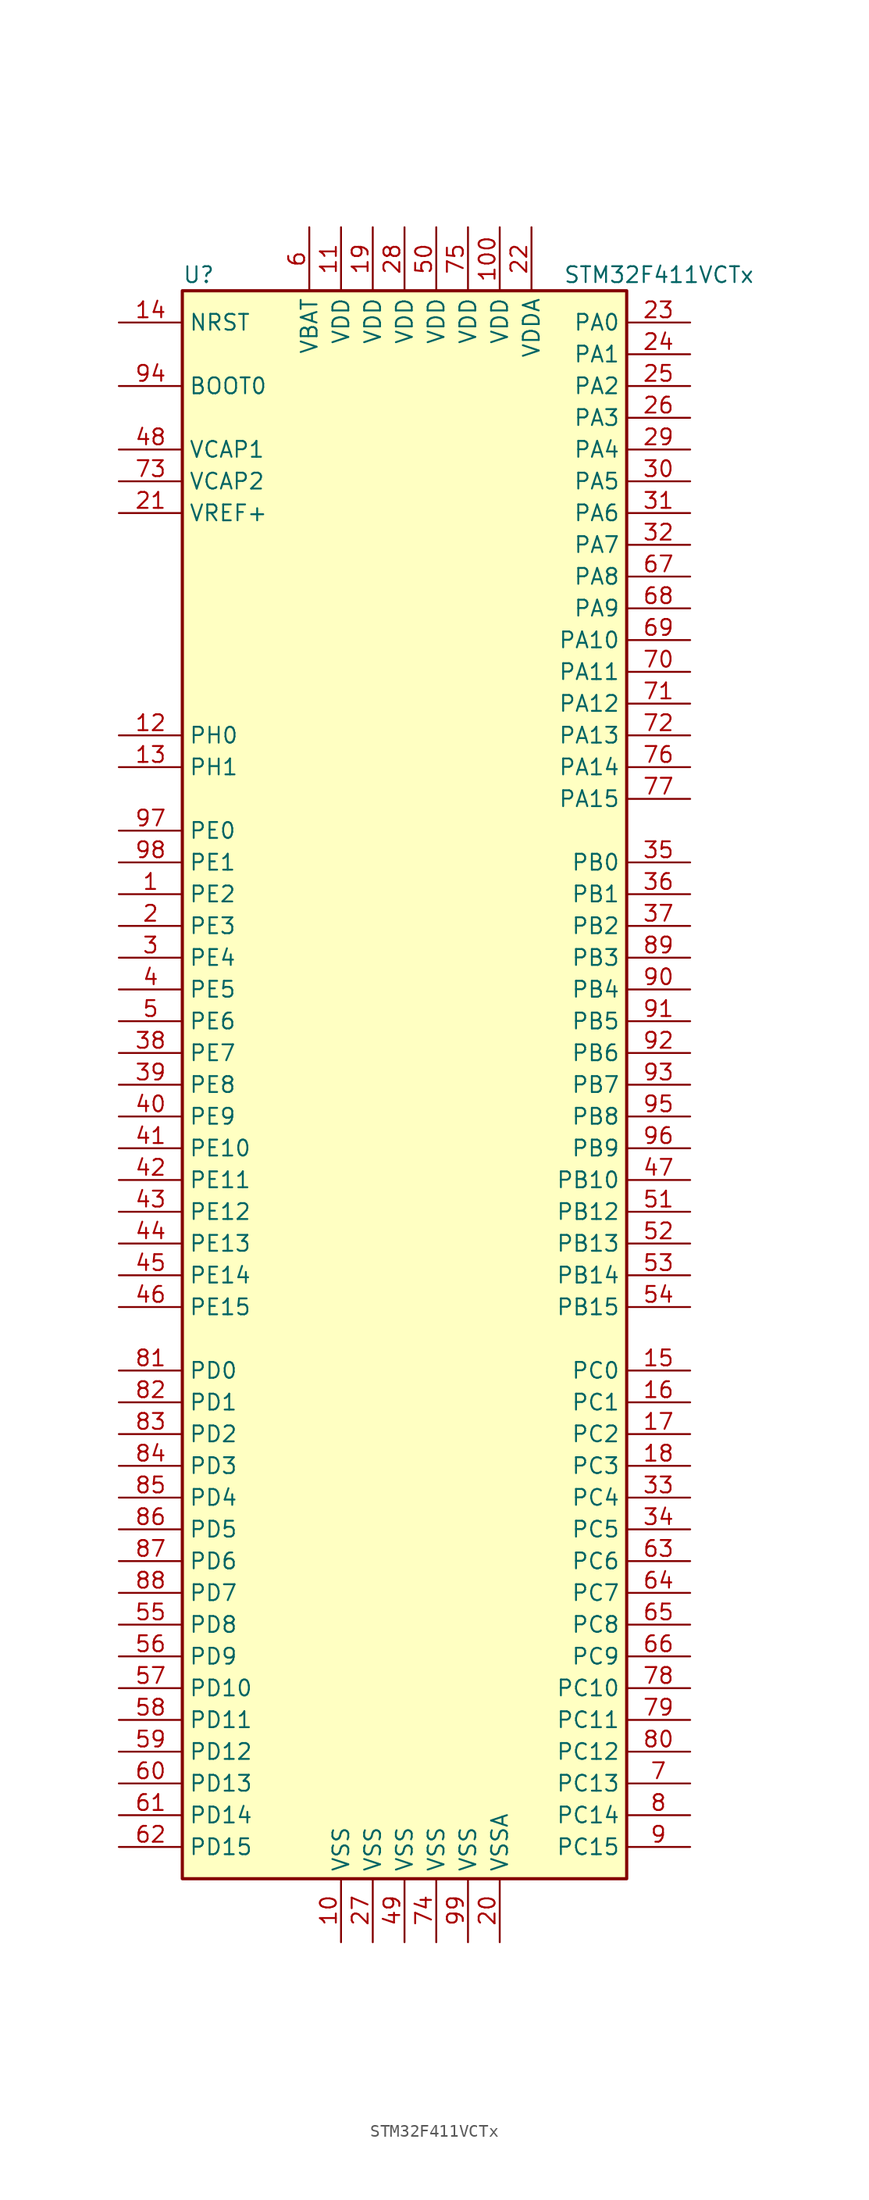
<source format=kicad_sym>
(kicad_symbol_lib
  (version 20211014)
  (generator kicad_symbol_editor)
  (symbol "STM32F411VCTx"
    (property "Reference" "U"
      (at -17.78 64.77 0)
      (effects (font (size 1.27 1.27)) (justify left)))
    (property "Value" "STM32F411VCTx"
      (at 12.7 64.77 0)
      (effects (font (size 1.27 1.27)) (justify left)))
    (symbol "STM32F411VCTx_0_1"
      (rectangle (start -17.78 -63.5) (end 17.78 63.5) (stroke (width 0.254) (type default) (color 0 0 0 0)) (fill (type background))))
    (symbol "STM32F411VCTx_1_1"
      (pin bidirectional line (at -22.86 15.24 0) (length 5.08) (name "PE2" (effects (font (size 1.27 1.27)))) (number "1" (effects (font (size 1.27 1.27)))))
      (pin power_in line (at -5.08 -68.58 90) (length 5.08) (name "VSS" (effects (font (size 1.27 1.27)))) (number "10" (effects (font (size 1.27 1.27)))))
      (pin power_in line (at 7.62 68.58 270) (length 5.08) (name "VDD" (effects (font (size 1.27 1.27)))) (number "100" (effects (font (size 1.27 1.27)))))
      (pin power_in line (at -5.08 68.58 270) (length 5.08) (name "VDD" (effects (font (size 1.27 1.27)))) (number "11" (effects (font (size 1.27 1.27)))))
      (pin input line (at -22.86 27.94 0) (length 5.08) (name "PH0" (effects (font (size 1.27 1.27)))) (number "12" (effects (font (size 1.27 1.27)))))
      (pin input line (at -22.86 25.4 0) (length 5.08) (name "PH1" (effects (font (size 1.27 1.27)))) (number "13" (effects (font (size 1.27 1.27)))))
      (pin input line (at -22.86 60.96 0) (length 5.08) (name "NRST" (effects (font (size 1.27 1.27)))) (number "14" (effects (font (size 1.27 1.27)))))
      (pin bidirectional line (at 22.86 -22.86 180) (length 5.08) (name "PC0" (effects (font (size 1.27 1.27)))) (number "15" (effects (font (size 1.27 1.27)))))
      (pin bidirectional line (at 22.86 -25.4 180) (length 5.08) (name "PC1" (effects (font (size 1.27 1.27)))) (number "16" (effects (font (size 1.27 1.27)))))
      (pin bidirectional line (at 22.86 -27.94 180) (length 5.08) (name "PC2" (effects (font (size 1.27 1.27)))) (number "17" (effects (font (size 1.27 1.27)))))
      (pin bidirectional line (at 22.86 -30.48 180) (length 5.08) (name "PC3" (effects (font (size 1.27 1.27)))) (number "18" (effects (font (size 1.27 1.27)))))
      (pin power_in line (at -2.54 68.58 270) (length 5.08) (name "VDD" (effects (font (size 1.27 1.27)))) (number "19" (effects (font (size 1.27 1.27)))))
      (pin bidirectional line (at -22.86 12.7 0) (length 5.08) (name "PE3" (effects (font (size 1.27 1.27)))) (number "2" (effects (font (size 1.27 1.27)))))
      (pin power_in line (at 7.62 -68.58 90) (length 5.08) (name "VSSA" (effects (font (size 1.27 1.27)))) (number "20" (effects (font (size 1.27 1.27)))))
      (pin power_in line (at -22.86 45.72 0) (length 5.08) (name "VREF+" (effects (font (size 1.27 1.27)))) (number "21" (effects (font (size 1.27 1.27)))))
      (pin power_in line (at 10.16 68.58 270) (length 5.08) (name "VDDA" (effects (font (size 1.27 1.27)))) (number "22" (effects (font (size 1.27 1.27)))))
      (pin bidirectional line (at 22.86 60.96 180) (length 5.08) (name "PA0" (effects (font (size 1.27 1.27)))) (number "23" (effects (font (size 1.27 1.27)))))
      (pin bidirectional line (at 22.86 58.42 180) (length 5.08) (name "PA1" (effects (font (size 1.27 1.27)))) (number "24" (effects (font (size 1.27 1.27)))))
      (pin bidirectional line (at 22.86 55.88 180) (length 5.08) (name "PA2" (effects (font (size 1.27 1.27)))) (number "25" (effects (font (size 1.27 1.27)))))
      (pin bidirectional line (at 22.86 53.34 180) (length 5.08) (name "PA3" (effects (font (size 1.27 1.27)))) (number "26" (effects (font (size 1.27 1.27)))))
      (pin power_in line (at -2.54 -68.58 90) (length 5.08) (name "VSS" (effects (font (size 1.27 1.27)))) (number "27" (effects (font (size 1.27 1.27)))))
      (pin power_in line (at 0 68.58 270) (length 5.08) (name "VDD" (effects (font (size 1.27 1.27)))) (number "28" (effects (font (size 1.27 1.27)))))
      (pin bidirectional line (at 22.86 50.8 180) (length 5.08) (name "PA4" (effects (font (size 1.27 1.27)))) (number "29" (effects (font (size 1.27 1.27)))))
      (pin bidirectional line (at -22.86 10.16 0) (length 5.08) (name "PE4" (effects (font (size 1.27 1.27)))) (number "3" (effects (font (size 1.27 1.27)))))
      (pin bidirectional line (at 22.86 48.26 180) (length 5.08) (name "PA5" (effects (font (size 1.27 1.27)))) (number "30" (effects (font (size 1.27 1.27)))))
      (pin bidirectional line (at 22.86 45.72 180) (length 5.08) (name "PA6" (effects (font (size 1.27 1.27)))) (number "31" (effects (font (size 1.27 1.27)))))
      (pin bidirectional line (at 22.86 43.18 180) (length 5.08) (name "PA7" (effects (font (size 1.27 1.27)))) (number "32" (effects (font (size 1.27 1.27)))))
      (pin bidirectional line (at 22.86 -33.02 180) (length 5.08) (name "PC4" (effects (font (size 1.27 1.27)))) (number "33" (effects (font (size 1.27 1.27)))))
      (pin bidirectional line (at 22.86 -35.56 180) (length 5.08) (name "PC5" (effects (font (size 1.27 1.27)))) (number "34" (effects (font (size 1.27 1.27)))))
      (pin bidirectional line (at 22.86 17.78 180) (length 5.08) (name "PB0" (effects (font (size 1.27 1.27)))) (number "35" (effects (font (size 1.27 1.27)))))
      (pin bidirectional line (at 22.86 15.24 180) (length 5.08) (name "PB1" (effects (font (size 1.27 1.27)))) (number "36" (effects (font (size 1.27 1.27)))))
      (pin bidirectional line (at 22.86 12.7 180) (length 5.08) (name "PB2" (effects (font (size 1.27 1.27)))) (number "37" (effects (font (size 1.27 1.27)))))
      (pin bidirectional line (at -22.86 2.54 0) (length 5.08) (name "PE7" (effects (font (size 1.27 1.27)))) (number "38" (effects (font (size 1.27 1.27)))))
      (pin bidirectional line (at -22.86 0 0) (length 5.08) (name "PE8" (effects (font (size 1.27 1.27)))) (number "39" (effects (font (size 1.27 1.27)))))
      (pin bidirectional line (at -22.86 7.62 0) (length 5.08) (name "PE5" (effects (font (size 1.27 1.27)))) (number "4" (effects (font (size 1.27 1.27)))))
      (pin bidirectional line (at -22.86 -2.54 0) (length 5.08) (name "PE9" (effects (font (size 1.27 1.27)))) (number "40" (effects (font (size 1.27 1.27)))))
      (pin bidirectional line (at -22.86 -5.08 0) (length 5.08) (name "PE10" (effects (font (size 1.27 1.27)))) (number "41" (effects (font (size 1.27 1.27)))))
      (pin bidirectional line (at -22.86 -7.62 0) (length 5.08) (name "PE11" (effects (font (size 1.27 1.27)))) (number "42" (effects (font (size 1.27 1.27)))))
      (pin bidirectional line (at -22.86 -10.16 0) (length 5.08) (name "PE12" (effects (font (size 1.27 1.27)))) (number "43" (effects (font (size 1.27 1.27)))))
      (pin bidirectional line (at -22.86 -12.7 0) (length 5.08) (name "PE13" (effects (font (size 1.27 1.27)))) (number "44" (effects (font (size 1.27 1.27)))))
      (pin bidirectional line (at -22.86 -15.24 0) (length 5.08) (name "PE14" (effects (font (size 1.27 1.27)))) (number "45" (effects (font (size 1.27 1.27)))))
      (pin bidirectional line (at -22.86 -17.78 0) (length 5.08) (name "PE15" (effects (font (size 1.27 1.27)))) (number "46" (effects (font (size 1.27 1.27)))))
      (pin bidirectional line (at 22.86 -7.62 180) (length 5.08) (name "PB10" (effects (font (size 1.27 1.27)))) (number "47" (effects (font (size 1.27 1.27)))))
      (pin power_in line (at -22.86 50.8 0) (length 5.08) (name "VCAP1" (effects (font (size 1.27 1.27)))) (number "48" (effects (font (size 1.27 1.27)))))
      (pin power_in line (at 0 -68.58 90) (length 5.08) (name "VSS" (effects (font (size 1.27 1.27)))) (number "49" (effects (font (size 1.27 1.27)))))
      (pin bidirectional line (at -22.86 5.08 0) (length 5.08) (name "PE6" (effects (font (size 1.27 1.27)))) (number "5" (effects (font (size 1.27 1.27)))))
      (pin power_in line (at 2.54 68.58 270) (length 5.08) (name "VDD" (effects (font (size 1.27 1.27)))) (number "50" (effects (font (size 1.27 1.27)))))
      (pin bidirectional line (at 22.86 -10.16 180) (length 5.08) (name "PB12" (effects (font (size 1.27 1.27)))) (number "51" (effects (font (size 1.27 1.27)))))
      (pin bidirectional line (at 22.86 -12.7 180) (length 5.08) (name "PB13" (effects (font (size 1.27 1.27)))) (number "52" (effects (font (size 1.27 1.27)))))
      (pin bidirectional line (at 22.86 -15.24 180) (length 5.08) (name "PB14" (effects (font (size 1.27 1.27)))) (number "53" (effects (font (size 1.27 1.27)))))
      (pin bidirectional line (at 22.86 -17.78 180) (length 5.08) (name "PB15" (effects (font (size 1.27 1.27)))) (number "54" (effects (font (size 1.27 1.27)))))
      (pin bidirectional line (at -22.86 -43.18 0) (length 5.08) (name "PD8" (effects (font (size 1.27 1.27)))) (number "55" (effects (font (size 1.27 1.27)))))
      (pin bidirectional line (at -22.86 -45.72 0) (length 5.08) (name "PD9" (effects (font (size 1.27 1.27)))) (number "56" (effects (font (size 1.27 1.27)))))
      (pin bidirectional line (at -22.86 -48.26 0) (length 5.08) (name "PD10" (effects (font (size 1.27 1.27)))) (number "57" (effects (font (size 1.27 1.27)))))
      (pin bidirectional line (at -22.86 -50.8 0) (length 5.08) (name "PD11" (effects (font (size 1.27 1.27)))) (number "58" (effects (font (size 1.27 1.27)))))
      (pin bidirectional line (at -22.86 -53.34 0) (length 5.08) (name "PD12" (effects (font (size 1.27 1.27)))) (number "59" (effects (font (size 1.27 1.27)))))
      (pin power_in line (at -7.62 68.58 270) (length 5.08) (name "VBAT" (effects (font (size 1.27 1.27)))) (number "6" (effects (font (size 1.27 1.27)))))
      (pin bidirectional line (at -22.86 -55.88 0) (length 5.08) (name "PD13" (effects (font (size 1.27 1.27)))) (number "60" (effects (font (size 1.27 1.27)))))
      (pin bidirectional line (at -22.86 -58.42 0) (length 5.08) (name "PD14" (effects (font (size 1.27 1.27)))) (number "61" (effects (font (size 1.27 1.27)))))
      (pin bidirectional line (at -22.86 -60.96 0) (length 5.08) (name "PD15" (effects (font (size 1.27 1.27)))) (number "62" (effects (font (size 1.27 1.27)))))
      (pin bidirectional line (at 22.86 -38.1 180) (length 5.08) (name "PC6" (effects (font (size 1.27 1.27)))) (number "63" (effects (font (size 1.27 1.27)))))
      (pin bidirectional line (at 22.86 -40.64 180) (length 5.08) (name "PC7" (effects (font (size 1.27 1.27)))) (number "64" (effects (font (size 1.27 1.27)))))
      (pin bidirectional line (at 22.86 -43.18 180) (length 5.08) (name "PC8" (effects (font (size 1.27 1.27)))) (number "65" (effects (font (size 1.27 1.27)))))
      (pin bidirectional line (at 22.86 -45.72 180) (length 5.08) (name "PC9" (effects (font (size 1.27 1.27)))) (number "66" (effects (font (size 1.27 1.27)))))
      (pin bidirectional line (at 22.86 40.64 180) (length 5.08) (name "PA8" (effects (font (size 1.27 1.27)))) (number "67" (effects (font (size 1.27 1.27)))))
      (pin bidirectional line (at 22.86 38.1 180) (length 5.08) (name "PA9" (effects (font (size 1.27 1.27)))) (number "68" (effects (font (size 1.27 1.27)))))
      (pin bidirectional line (at 22.86 35.56 180) (length 5.08) (name "PA10" (effects (font (size 1.27 1.27)))) (number "69" (effects (font (size 1.27 1.27)))))
      (pin bidirectional line (at 22.86 -55.88 180) (length 5.08) (name "PC13" (effects (font (size 1.27 1.27)))) (number "7" (effects (font (size 1.27 1.27)))))
      (pin bidirectional line (at 22.86 33.02 180) (length 5.08) (name "PA11" (effects (font (size 1.27 1.27)))) (number "70" (effects (font (size 1.27 1.27)))))
      (pin bidirectional line (at 22.86 30.48 180) (length 5.08) (name "PA12" (effects (font (size 1.27 1.27)))) (number "71" (effects (font (size 1.27 1.27)))))
      (pin bidirectional line (at 22.86 27.94 180) (length 5.08) (name "PA13" (effects (font (size 1.27 1.27)))) (number "72" (effects (font (size 1.27 1.27)))))
      (pin power_in line (at -22.86 48.26 0) (length 5.08) (name "VCAP2" (effects (font (size 1.27 1.27)))) (number "73" (effects (font (size 1.27 1.27)))))
      (pin power_in line (at 2.54 -68.58 90) (length 5.08) (name "VSS" (effects (font (size 1.27 1.27)))) (number "74" (effects (font (size 1.27 1.27)))))
      (pin power_in line (at 5.08 68.58 270) (length 5.08) (name "VDD" (effects (font (size 1.27 1.27)))) (number "75" (effects (font (size 1.27 1.27)))))
      (pin bidirectional line (at 22.86 25.4 180) (length 5.08) (name "PA14" (effects (font (size 1.27 1.27)))) (number "76" (effects (font (size 1.27 1.27)))))
      (pin bidirectional line (at 22.86 22.86 180) (length 5.08) (name "PA15" (effects (font (size 1.27 1.27)))) (number "77" (effects (font (size 1.27 1.27)))))
      (pin bidirectional line (at 22.86 -48.26 180) (length 5.08) (name "PC10" (effects (font (size 1.27 1.27)))) (number "78" (effects (font (size 1.27 1.27)))))
      (pin bidirectional line (at 22.86 -50.8 180) (length 5.08) (name "PC11" (effects (font (size 1.27 1.27)))) (number "79" (effects (font (size 1.27 1.27)))))
      (pin bidirectional line (at 22.86 -58.42 180) (length 5.08) (name "PC14" (effects (font (size 1.27 1.27)))) (number "8" (effects (font (size 1.27 1.27)))))
      (pin bidirectional line (at 22.86 -53.34 180) (length 5.08) (name "PC12" (effects (font (size 1.27 1.27)))) (number "80" (effects (font (size 1.27 1.27)))))
      (pin bidirectional line (at -22.86 -22.86 0) (length 5.08) (name "PD0" (effects (font (size 1.27 1.27)))) (number "81" (effects (font (size 1.27 1.27)))))
      (pin bidirectional line (at -22.86 -25.4 0) (length 5.08) (name "PD1" (effects (font (size 1.27 1.27)))) (number "82" (effects (font (size 1.27 1.27)))))
      (pin bidirectional line (at -22.86 -27.94 0) (length 5.08) (name "PD2" (effects (font (size 1.27 1.27)))) (number "83" (effects (font (size 1.27 1.27)))))
      (pin bidirectional line (at -22.86 -30.48 0) (length 5.08) (name "PD3" (effects (font (size 1.27 1.27)))) (number "84" (effects (font (size 1.27 1.27)))))
      (pin bidirectional line (at -22.86 -33.02 0) (length 5.08) (name "PD4" (effects (font (size 1.27 1.27)))) (number "85" (effects (font (size 1.27 1.27)))))
      (pin bidirectional line (at -22.86 -35.56 0) (length 5.08) (name "PD5" (effects (font (size 1.27 1.27)))) (number "86" (effects (font (size 1.27 1.27)))))
      (pin bidirectional line (at -22.86 -38.1 0) (length 5.08) (name "PD6" (effects (font (size 1.27 1.27)))) (number "87" (effects (font (size 1.27 1.27)))))
      (pin bidirectional line (at -22.86 -40.64 0) (length 5.08) (name "PD7" (effects (font (size 1.27 1.27)))) (number "88" (effects (font (size 1.27 1.27)))))
      (pin bidirectional line (at 22.86 10.16 180) (length 5.08) (name "PB3" (effects (font (size 1.27 1.27)))) (number "89" (effects (font (size 1.27 1.27)))))
      (pin bidirectional line (at 22.86 -60.96 180) (length 5.08) (name "PC15" (effects (font (size 1.27 1.27)))) (number "9" (effects (font (size 1.27 1.27)))))
      (pin bidirectional line (at 22.86 7.62 180) (length 5.08) (name "PB4" (effects (font (size 1.27 1.27)))) (number "90" (effects (font (size 1.27 1.27)))))
      (pin bidirectional line (at 22.86 5.08 180) (length 5.08) (name "PB5" (effects (font (size 1.27 1.27)))) (number "91" (effects (font (size 1.27 1.27)))))
      (pin bidirectional line (at 22.86 2.54 180) (length 5.08) (name "PB6" (effects (font (size 1.27 1.27)))) (number "92" (effects (font (size 1.27 1.27)))))
      (pin bidirectional line (at 22.86 0 180) (length 5.08) (name "PB7" (effects (font (size 1.27 1.27)))) (number "93" (effects (font (size 1.27 1.27)))))
      (pin input line (at -22.86 55.88 0) (length 5.08) (name "BOOT0" (effects (font (size 1.27 1.27)))) (number "94" (effects (font (size 1.27 1.27)))))
      (pin bidirectional line (at 22.86 -2.54 180) (length 5.08) (name "PB8" (effects (font (size 1.27 1.27)))) (number "95" (effects (font (size 1.27 1.27)))))
      (pin bidirectional line (at 22.86 -5.08 180) (length 5.08) (name "PB9" (effects (font (size 1.27 1.27)))) (number "96" (effects (font (size 1.27 1.27)))))
      (pin bidirectional line (at -22.86 20.32 0) (length 5.08) (name "PE0" (effects (font (size 1.27 1.27)))) (number "97" (effects (font (size 1.27 1.27)))))
      (pin bidirectional line (at -22.86 17.78 0) (length 5.08) (name "PE1" (effects (font (size 1.27 1.27)))) (number "98" (effects (font (size 1.27 1.27)))))
      (pin power_in line (at 5.08 -68.58 90) (length 5.08) (name "VSS" (effects (font (size 1.27 1.27)))) (number "99" (effects (font (size 1.27 1.27))))))))
</source>
